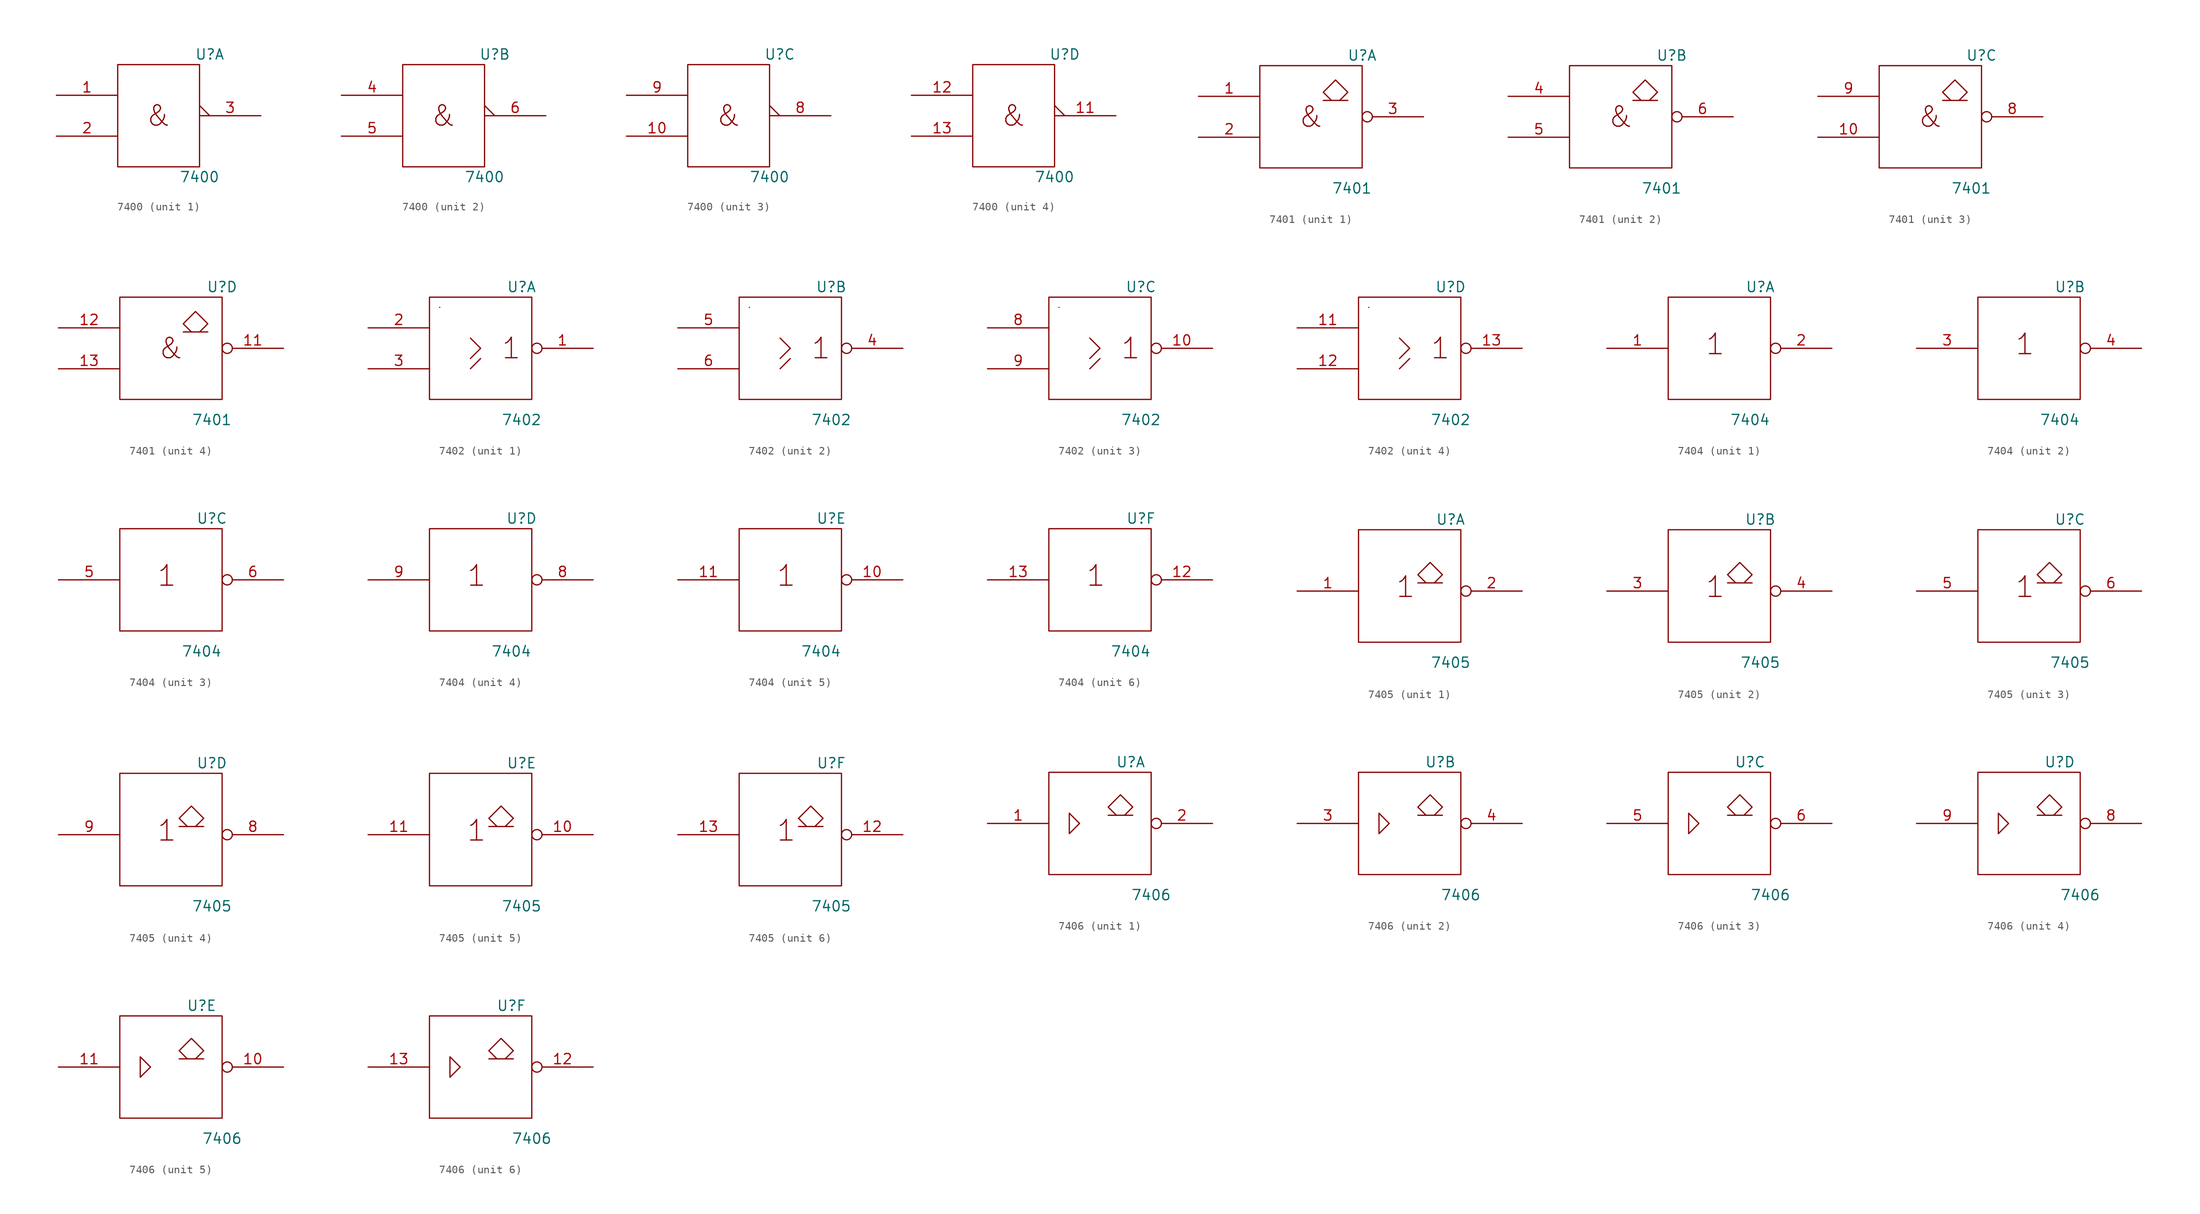
<source format=kicad_sym>
(kicad_symbol_lib
  (version 20201005)
  (generator kicad_symbol_editor)
  (symbol "7400"
    (pin_names
      (offset 0.762))
    (property "Reference" "U"
      (at 6.35 7.62 0)
      (effects (font (size 1.27 1.27))))
    (property "Value" "7400"
      (at 5.08 -7.62 0)
      (effects (font (size 1.27 1.27))))
    (symbol "7400_0_0"
      (text "&" (at 0 0 0) (effects (font (size 2.54 2.54)))))
    (symbol "7400_0_1"
      (rectangle (start -5.08 6.35) (end 5.08 -6.35) (stroke (width 0)) (fill (type none)))
      (pin power_in line (at 0 6.35 270) (length 0) hide (name "Vcc" (effects (font (size 1.27 1.27)))) (number "14" (effects (font (size 1.27 1.27)))))
      (pin power_in line (at 0 -6.35 90) (length 0) hide (name "GND" (effects (font (size 1.27 1.27)))) (number "7" (effects (font (size 1.27 1.27))))))
    (symbol "7400_1_1"
      (pin output output_low (at 12.7 0 180) (length 7.62) (name "~" (effects (font (size 1.27 1.27)))) (number "3" (effects (font (size 1.27 1.27)))))
      (pin input line (at -12.7 -2.54 0) (length 7.62) (name "~" (effects (font (size 1.27 1.27)))) (number "2" (effects (font (size 1.27 1.27)))))
      (pin input line (at -12.7 2.54 0) (length 7.62) (name "~" (effects (font (size 1.27 1.27)))) (number "1" (effects (font (size 1.27 1.27))))))
    (symbol "7400_2_1"
      (pin output output_low (at 12.7 0 180) (length 7.62) (name "~" (effects (font (size 1.27 1.27)))) (number "6" (effects (font (size 1.27 1.27)))))
      (pin input line (at -12.7 -2.54 0) (length 7.62) (name "~" (effects (font (size 1.27 1.27)))) (number "5" (effects (font (size 1.27 1.27)))))
      (pin input line (at -12.7 2.54 0) (length 7.62) (name "~" (effects (font (size 1.27 1.27)))) (number "4" (effects (font (size 1.27 1.27))))))
    (symbol "7400_3_1"
      (pin output output_low (at 12.7 0 180) (length 7.62) (name "~" (effects (font (size 1.27 1.27)))) (number "8" (effects (font (size 1.27 1.27)))))
      (pin input line (at -12.7 -2.54 0) (length 7.62) (name "~" (effects (font (size 1.27 1.27)))) (number "10" (effects (font (size 1.27 1.27)))))
      (pin input line (at -12.7 2.54 0) (length 7.62) (name "~" (effects (font (size 1.27 1.27)))) (number "9" (effects (font (size 1.27 1.27))))))
    (symbol "7400_4_1"
      (pin output output_low (at 12.7 0 180) (length 7.62) (name "~" (effects (font (size 1.27 1.27)))) (number "11" (effects (font (size 1.27 1.27)))))
      (pin input line (at -12.7 -2.54 0) (length 7.62) (name "~" (effects (font (size 1.27 1.27)))) (number "13" (effects (font (size 1.27 1.27)))))
      (pin input line (at -12.7 2.54 0) (length 7.62) (name "~" (effects (font (size 1.27 1.27)))) (number "12" (effects (font (size 1.27 1.27)))))))
  (symbol "7401"
    (pin_names
      (offset 0.762))
    (property "Reference" "U"
      (at 6.35 7.62 0)
      (effects (font (size 1.27 1.27))))
    (property "Value" "7401"
      (at 5.08 -8.89 0)
      (effects (font (size 1.27 1.27))))
    (symbol "7401_0_0"
      (text "&" (at 0 0 0) (effects (font (size 2.54 2.54))))
      (polyline (pts (xy 2.54 2.032) (xy 1.524 3.048) (xy 3.048 4.572) (xy 4.572 3.048) (xy 3.556 2.032) (xy 4.572 2.032) (xy 1.524 2.032) (xy 1.524 2.032)) (stroke (width 0)) (fill (type none))))
    (symbol "7401_0_1"
      (rectangle (start -6.35 6.35) (end 6.35 -6.35) (stroke (width 0)) (fill (type none)))
      (pin power_in line (at 0 6.35 270) (length 0) hide (name "Vcc" (effects (font (size 1.27 1.27)))) (number "14" (effects (font (size 1.27 1.27)))))
      (pin power_in line (at 0 -6.35 90) (length 0) hide (name "GND" (effects (font (size 1.27 1.27)))) (number "7" (effects (font (size 1.27 1.27))))))
    (symbol "7401_1_1"
      (pin open_collector inverted (at 13.97 0 180) (length 7.62) (name "~" (effects (font (size 1.27 1.27)))) (number "3" (effects (font (size 1.27 1.27)))))
      (pin input line (at -13.97 -2.54 0) (length 7.62) (name "~" (effects (font (size 1.27 1.27)))) (number "2" (effects (font (size 1.27 1.27)))))
      (pin input line (at -13.97 2.54 0) (length 7.62) (name "~" (effects (font (size 1.27 1.27)))) (number "1" (effects (font (size 1.27 1.27))))))
    (symbol "7401_2_1"
      (pin open_collector inverted (at 13.97 0 180) (length 7.62) (name "~" (effects (font (size 1.27 1.27)))) (number "6" (effects (font (size 1.27 1.27)))))
      (pin input line (at -13.97 -2.54 0) (length 7.62) (name "~" (effects (font (size 1.27 1.27)))) (number "5" (effects (font (size 1.27 1.27)))))
      (pin input line (at -13.97 2.54 0) (length 7.62) (name "~" (effects (font (size 1.27 1.27)))) (number "4" (effects (font (size 1.27 1.27))))))
    (symbol "7401_3_1"
      (pin open_collector inverted (at 13.97 0 180) (length 7.62) (name "~" (effects (font (size 1.27 1.27)))) (number "8" (effects (font (size 1.27 1.27)))))
      (pin input line (at -13.97 -2.54 0) (length 7.62) (name "~" (effects (font (size 1.27 1.27)))) (number "10" (effects (font (size 1.27 1.27)))))
      (pin input line (at -13.97 2.54 0) (length 7.62) (name "~" (effects (font (size 1.27 1.27)))) (number "9" (effects (font (size 1.27 1.27))))))
    (symbol "7401_4_1"
      (pin open_collector inverted (at 13.97 0 180) (length 7.62) (name "~" (effects (font (size 1.27 1.27)))) (number "11" (effects (font (size 1.27 1.27)))))
      (pin input line (at -13.97 -2.54 0) (length 7.62) (name "~" (effects (font (size 1.27 1.27)))) (number "13" (effects (font (size 1.27 1.27)))))
      (pin input line (at -13.97 2.54 0) (length 7.62) (name "~" (effects (font (size 1.27 1.27)))) (number "12" (effects (font (size 1.27 1.27)))))))
  (symbol "7402"
    (pin_names
      (offset 0.762))
    (property "Reference" "U"
      (at 5.08 7.62 0)
      (effects (font (size 1.27 1.27))))
    (property "Value" "7402"
      (at 5.08 -8.89 0)
      (effects (font (size 1.27 1.27))))
    (symbol "7402_0_0"
      (text "1" (at 3.81 0 0) (effects (font (size 2.54 2.54))))
      (rectangle (start -5.08 5.08) (end -5.08 5.08) (stroke (width 0)) (fill (type none)))
      (polyline (pts (xy -1.27 -2.54) (xy 0 -1.27) (xy 0 -1.27)) (stroke (width 0)) (fill (type none)))
      (polyline (pts (xy -1.27 1.27) (xy 0 0) (xy -1.27 -1.27) (xy -1.27 -1.27)) (stroke (width 0)) (fill (type none))))
    (symbol "7402_0_1"
      (rectangle (start -6.35 6.35) (end 6.35 -6.35) (stroke (width 0)) (fill (type none)))
      (pin power_in line (at 0 6.35 270) (length 0) hide (name "VCC" (effects (font (size 1.27 1.27)))) (number "14" (effects (font (size 1.27 1.27)))))
      (pin power_in line (at 0 -6.35 90) (length 0) hide (name "GND" (effects (font (size 1.27 1.27)))) (number "7" (effects (font (size 1.27 1.27))))))
    (symbol "7402_1_1"
      (pin output inverted (at 13.97 0 180) (length 7.62) (name "~" (effects (font (size 1.27 1.27)))) (number "1" (effects (font (size 1.27 1.27)))))
      (pin input line (at -13.97 -2.54 0) (length 7.62) (name "~" (effects (font (size 1.27 1.27)))) (number "3" (effects (font (size 1.27 1.27)))))
      (pin input line (at -13.97 2.54 0) (length 7.62) (name "~" (effects (font (size 1.27 1.27)))) (number "2" (effects (font (size 1.27 1.27))))))
    (symbol "7402_2_1"
      (pin output inverted (at 13.97 0 180) (length 7.62) (name "~" (effects (font (size 1.27 1.27)))) (number "4" (effects (font (size 1.27 1.27)))))
      (pin input line (at -13.97 -2.54 0) (length 7.62) (name "~" (effects (font (size 1.27 1.27)))) (number "6" (effects (font (size 1.27 1.27)))))
      (pin input line (at -13.97 2.54 0) (length 7.62) (name "~" (effects (font (size 1.27 1.27)))) (number "5" (effects (font (size 1.27 1.27))))))
    (symbol "7402_3_1"
      (pin output inverted (at 13.97 0 180) (length 7.62) (name "~" (effects (font (size 1.27 1.27)))) (number "10" (effects (font (size 1.27 1.27)))))
      (pin input line (at -13.97 -2.54 0) (length 7.62) (name "~" (effects (font (size 1.27 1.27)))) (number "9" (effects (font (size 1.27 1.27)))))
      (pin input line (at -13.97 2.54 0) (length 7.62) (name "~" (effects (font (size 1.27 1.27)))) (number "8" (effects (font (size 1.27 1.27))))))
    (symbol "7402_4_1"
      (pin output inverted (at 13.97 0 180) (length 7.62) (name "~" (effects (font (size 1.27 1.27)))) (number "13" (effects (font (size 1.27 1.27)))))
      (pin input line (at -13.97 -2.54 0) (length 7.62) (name "~" (effects (font (size 1.27 1.27)))) (number "12" (effects (font (size 1.27 1.27)))))
      (pin input line (at -13.97 2.54 0) (length 7.62) (name "~" (effects (font (size 1.27 1.27)))) (number "11" (effects (font (size 1.27 1.27)))))))
  (symbol "7404"
    (pin_names
      (offset 0.762))
    (property "Reference" "U"
      (at 5.08 7.62 0)
      (effects (font (size 1.27 1.27))))
    (property "Value" "7404"
      (at 3.81 -8.89 0)
      (effects (font (size 1.27 1.27))))
    (symbol "7404_0_0"
      (text "1" (at -0.508 0.508 0) (effects (font (size 2.54 2.54)))))
    (symbol "7404_0_1"
      (rectangle (start -6.35 6.35) (end 6.35 -6.35) (stroke (width 0)) (fill (type none)))
      (pin power_in line (at 0 6.35 270) (length 0) hide (name "Vcc" (effects (font (size 1.27 1.27)))) (number "14" (effects (font (size 1.27 1.27)))))
      (pin power_in line (at 0 -6.35 90) (length 0) hide (name "Gnd" (effects (font (size 1.27 1.27)))) (number "7" (effects (font (size 1.27 1.27))))))
    (symbol "7404_1_1"
      (pin input inverted (at 13.97 0 180) (length 7.62) (name "~" (effects (font (size 1.27 1.27)))) (number "2" (effects (font (size 1.27 1.27)))))
      (pin input line (at -13.97 0 0) (length 7.62) (name "~" (effects (font (size 1.27 1.27)))) (number "1" (effects (font (size 1.27 1.27))))))
    (symbol "7404_2_1"
      (pin input inverted (at 13.97 0 180) (length 7.62) (name "~" (effects (font (size 1.27 1.27)))) (number "4" (effects (font (size 1.27 1.27)))))
      (pin input line (at -13.97 0 0) (length 7.62) (name "~" (effects (font (size 1.27 1.27)))) (number "3" (effects (font (size 1.27 1.27))))))
    (symbol "7404_3_1"
      (pin input inverted (at 13.97 0 180) (length 7.62) (name "~" (effects (font (size 1.27 1.27)))) (number "6" (effects (font (size 1.27 1.27)))))
      (pin input line (at -13.97 0 0) (length 7.62) (name "~" (effects (font (size 1.27 1.27)))) (number "5" (effects (font (size 1.27 1.27))))))
    (symbol "7404_4_1"
      (pin input inverted (at 13.97 0 180) (length 7.62) (name "~" (effects (font (size 1.27 1.27)))) (number "8" (effects (font (size 1.27 1.27)))))
      (pin input line (at -13.97 0 0) (length 7.62) (name "~" (effects (font (size 1.27 1.27)))) (number "9" (effects (font (size 1.27 1.27))))))
    (symbol "7404_5_1"
      (pin input inverted (at 13.97 0 180) (length 7.62) (name "~" (effects (font (size 1.27 1.27)))) (number "10" (effects (font (size 1.27 1.27)))))
      (pin input line (at -13.97 0 0) (length 7.62) (name "~" (effects (font (size 1.27 1.27)))) (number "11" (effects (font (size 1.27 1.27))))))
    (symbol "7404_6_1"
      (pin input inverted (at 13.97 0 180) (length 7.62) (name "~" (effects (font (size 1.27 1.27)))) (number "12" (effects (font (size 1.27 1.27)))))
      (pin input line (at -13.97 0 0) (length 7.62) (name "~" (effects (font (size 1.27 1.27)))) (number "13" (effects (font (size 1.27 1.27)))))))
  (symbol "7405"
    (pin_names
      (offset 0.762))
    (property "Reference" "U"
      (at 5.08 8.89 0)
      (effects (font (size 1.27 1.27))))
    (property "Value" "7405"
      (at 5.08 -8.89 0)
      (effects (font (size 1.27 1.27))))
    (symbol "7405_0_0"
      (text "1" (at -0.508 0.508 0) (effects (font (size 2.54 2.54)))))
    (symbol "7405_0_1"
      (rectangle (start -6.35 7.62) (end 6.35 -6.35) (stroke (width 0)) (fill (type none)))
      (polyline (pts (xy 3.048 1.016) (xy 4.064 2.032) (xy 2.54 3.556) (xy 1.016 2.032) (xy 2.032 1.016) (xy 1.016 1.016) (xy 4.064 1.016) (xy 4.064 1.016)) (stroke (width 0)) (fill (type none)))
      (pin input line (at 0 7.62 270) (length 0) hide (name "Vcc" (effects (font (size 1.27 1.27)))) (number "14" (effects (font (size 1.27 1.27)))))
      (pin input line (at 0 -6.35 90) (length 0) hide (name "Gnd" (effects (font (size 1.27 1.27)))) (number "7" (effects (font (size 1.27 1.27))))))
    (symbol "7405_1_1"
      (pin open_collector inverted (at 13.97 0 180) (length 7.62) (name "~" (effects (font (size 1.27 1.27)))) (number "2" (effects (font (size 1.27 1.27)))))
      (pin input line (at -13.97 0 0) (length 7.62) (name "~" (effects (font (size 1.27 1.27)))) (number "1" (effects (font (size 1.27 1.27))))))
    (symbol "7405_2_1"
      (pin open_collector inverted (at 13.97 0 180) (length 7.62) (name "~" (effects (font (size 1.27 1.27)))) (number "4" (effects (font (size 1.27 1.27)))))
      (pin input line (at -13.97 0 0) (length 7.62) (name "~" (effects (font (size 1.27 1.27)))) (number "3" (effects (font (size 1.27 1.27))))))
    (symbol "7405_3_1"
      (pin open_collector inverted (at 13.97 0 180) (length 7.62) (name "~" (effects (font (size 1.27 1.27)))) (number "6" (effects (font (size 1.27 1.27)))))
      (pin input line (at -13.97 0 0) (length 7.62) (name "~" (effects (font (size 1.27 1.27)))) (number "5" (effects (font (size 1.27 1.27))))))
    (symbol "7405_4_1"
      (pin open_collector inverted (at 13.97 0 180) (length 7.62) (name "~" (effects (font (size 1.27 1.27)))) (number "8" (effects (font (size 1.27 1.27)))))
      (pin input line (at -13.97 0 0) (length 7.62) (name "~" (effects (font (size 1.27 1.27)))) (number "9" (effects (font (size 1.27 1.27))))))
    (symbol "7405_5_1"
      (pin open_collector inverted (at 13.97 0 180) (length 7.62) (name "~" (effects (font (size 1.27 1.27)))) (number "10" (effects (font (size 1.27 1.27)))))
      (pin input line (at -13.97 0 0) (length 7.62) (name "~" (effects (font (size 1.27 1.27)))) (number "11" (effects (font (size 1.27 1.27))))))
    (symbol "7405_6_1"
      (pin open_collector inverted (at 13.97 0 180) (length 7.62) (name "~" (effects (font (size 1.27 1.27)))) (number "12" (effects (font (size 1.27 1.27)))))
      (pin input line (at -13.97 0 0) (length 7.62) (name "~" (effects (font (size 1.27 1.27)))) (number "13" (effects (font (size 1.27 1.27)))))))
  (symbol "7406"
    (pin_names
      (offset 0.762))
    (property "Reference" "U"
      (at 3.81 7.62 0)
      (effects (font (size 1.27 1.27))))
    (property "Value" "7406"
      (at 6.35 -8.89 0)
      (effects (font (size 1.27 1.27))))
    (symbol "7406_0_0"
      (polyline (pts (xy 3.048 1.016) (xy 4.064 2.032) (xy 2.54 3.556) (xy 1.016 2.032) (xy 2.032 1.016) (xy 1.016 1.016) (xy 4.064 1.016) (xy 4.064 1.016)) (stroke (width 0)) (fill (type none)))
      (polyline (pts (xy -3.81 1.27) (xy -3.81 -1.27) (xy -2.54 0) (xy -3.81 1.27) (xy -3.81 1.27)) (stroke (width 0)) (fill (type none))))
    (symbol "7406_0_1"
      (rectangle (start -6.35 6.35) (end 6.35 -6.35) (stroke (width 0)) (fill (type none)))
      (pin power_in line (at 0 6.35 270) (length 0) hide (name "Vcc" (effects (font (size 1.27 1.27)))) (number "14" (effects (font (size 1.27 1.27)))))
      (pin power_in line (at 0 -6.35 90) (length 0) hide (name "Gnd" (effects (font (size 1.27 1.27)))) (number "7" (effects (font (size 1.27 1.27))))))
    (symbol "7406_1_1"
      (pin open_collector inverted (at 13.97 0 180) (length 7.62) (name "~" (effects (font (size 1.27 1.27)))) (number "2" (effects (font (size 1.27 1.27)))))
      (pin input line (at -13.97 0 0) (length 7.62) (name "~" (effects (font (size 1.27 1.27)))) (number "1" (effects (font (size 1.27 1.27))))))
    (symbol "7406_2_1"
      (pin open_collector inverted (at 13.97 0 180) (length 7.62) (name "~" (effects (font (size 1.27 1.27)))) (number "4" (effects (font (size 1.27 1.27)))))
      (pin input line (at -13.97 0 0) (length 7.62) (name "~" (effects (font (size 1.27 1.27)))) (number "3" (effects (font (size 1.27 1.27))))))
    (symbol "7406_3_1"
      (pin open_collector inverted (at 13.97 0 180) (length 7.62) (name "~" (effects (font (size 1.27 1.27)))) (number "6" (effects (font (size 1.27 1.27)))))
      (pin input line (at -13.97 0 0) (length 7.62) (name "~" (effects (font (size 1.27 1.27)))) (number "5" (effects (font (size 1.27 1.27))))))
    (symbol "7406_4_1"
      (pin open_collector inverted (at 13.97 0 180) (length 7.62) (name "~" (effects (font (size 1.27 1.27)))) (number "8" (effects (font (size 1.27 1.27)))))
      (pin input line (at -13.97 0 0) (length 7.62) (name "~" (effects (font (size 1.27 1.27)))) (number "9" (effects (font (size 1.27 1.27))))))
    (symbol "7406_5_1"
      (pin open_collector inverted (at 13.97 0 180) (length 7.62) (name "~" (effects (font (size 1.27 1.27)))) (number "10" (effects (font (size 1.27 1.27)))))
      (pin input line (at -13.97 0 0) (length 7.62) (name "~" (effects (font (size 1.27 1.27)))) (number "11" (effects (font (size 1.27 1.27))))))
    (symbol "7406_6_1"
      (pin open_collector inverted (at 13.97 0 180) (length 7.62) (name "~" (effects (font (size 1.27 1.27)))) (number "12" (effects (font (size 1.27 1.27)))))
      (pin input line (at -13.97 0 0) (length 7.62) (name "~" (effects (font (size 1.27 1.27)))) (number "13" (effects (font (size 1.27 1.27))))))))
</source>
